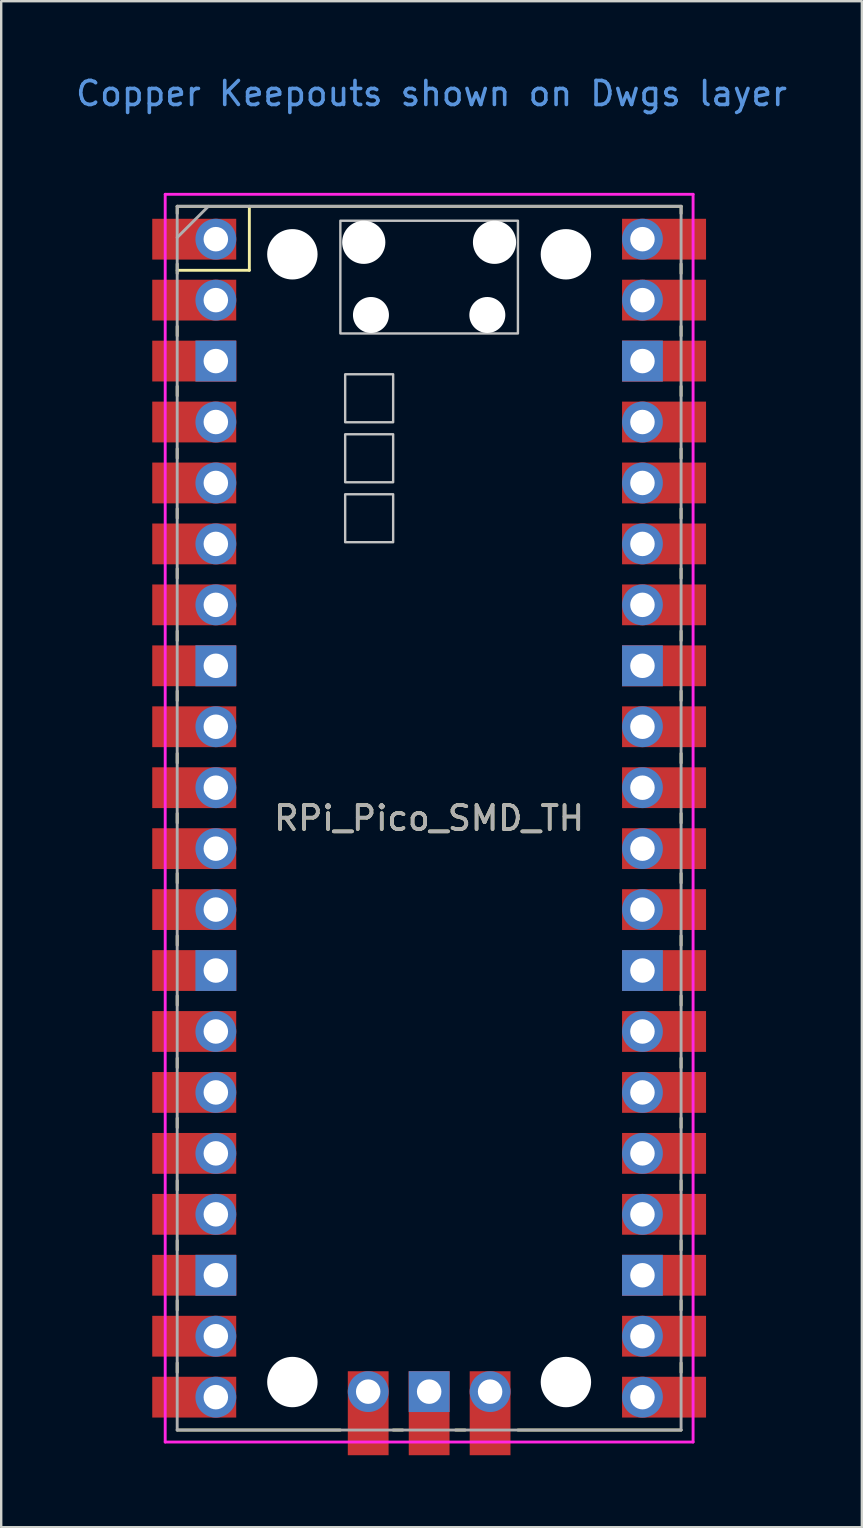
<source format=kicad_pcb>
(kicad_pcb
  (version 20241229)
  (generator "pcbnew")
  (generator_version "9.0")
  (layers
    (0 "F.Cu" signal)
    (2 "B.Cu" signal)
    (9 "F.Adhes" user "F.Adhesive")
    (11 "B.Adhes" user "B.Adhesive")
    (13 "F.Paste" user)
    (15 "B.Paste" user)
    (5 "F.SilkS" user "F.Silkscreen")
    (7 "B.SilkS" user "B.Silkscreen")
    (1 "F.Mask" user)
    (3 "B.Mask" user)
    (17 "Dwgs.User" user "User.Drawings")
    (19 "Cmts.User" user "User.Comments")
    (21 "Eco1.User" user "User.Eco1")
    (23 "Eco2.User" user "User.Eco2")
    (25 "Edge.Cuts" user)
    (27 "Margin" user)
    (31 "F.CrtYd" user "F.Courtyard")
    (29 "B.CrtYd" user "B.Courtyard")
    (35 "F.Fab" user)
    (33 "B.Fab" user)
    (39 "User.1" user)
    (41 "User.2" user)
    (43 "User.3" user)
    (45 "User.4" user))
  (footprint "RPi_Pico_SMD_TH"
    (layer "F.Cu")
    (at 14.835 31.048)
    (property "Reference" "RPi_Pico_SMD_TH" (at 0 0 0) (layer "F.SilkS") (effects (font (size 1 1) (thickness 0.15))))
    (attr through_hole)
    (fp_line (start -10.5 -25.5) (end -10.5 -25.2) (stroke (width 0.12) (type solid)) (layer "F.SilkS"))
    (fp_line (start -10.5 -25.5) (end 10.5 -25.5) (stroke (width 0.12) (type solid)) (layer "F.SilkS"))
    (fp_line (start -10.5 -23.1) (end -10.5 -22.7) (stroke (width 0.12) (type solid)) (layer "F.SilkS"))
    (fp_line (start -10.5 -22.833) (end -7.493 -22.833) (stroke (width 0.12) (type solid)) (layer "F.SilkS"))
    (fp_line (start -10.5 -20.5) (end -10.5 -20.1) (stroke (width 0.12) (type solid)) (layer "F.SilkS"))
    (fp_line (start -10.5 -18) (end -10.5 -17.6) (stroke (width 0.12) (type solid)) (layer "F.SilkS"))
    (fp_line (start -10.5 -15.4) (end -10.5 -15) (stroke (width 0.12) (type solid)) (layer "F.SilkS"))
    (fp_line (start -10.5 -12.9) (end -10.5 -12.5) (stroke (width 0.12) (type solid)) (layer "F.SilkS"))
    (fp_line (start -10.5 -10.4) (end -10.5 -10) (stroke (width 0.12) (type solid)) (layer "F.SilkS"))
    (fp_line (start -10.5 -7.8) (end -10.5 -7.4) (stroke (width 0.12) (type solid)) (layer "F.SilkS"))
    (fp_line (start -10.5 -5.3) (end -10.5 -4.9) (stroke (width 0.12) (type solid)) (layer "F.SilkS"))
    (fp_line (start -10.5 -2.7) (end -10.5 -2.3) (stroke (width 0.12) (type solid)) (layer "F.SilkS"))
    (fp_line (start -10.5 -0.2) (end -10.5 0.2) (stroke (width 0.12) (type solid)) (layer "F.SilkS"))
    (fp_line (start -10.5 2.3) (end -10.5 2.7) (stroke (width 0.12) (type solid)) (layer "F.SilkS"))
    (fp_line (start -10.5 4.9) (end -10.5 5.3) (stroke (width 0.12) (type solid)) (layer "F.SilkS"))
    (fp_line (start -10.5 7.4) (end -10.5 7.8) (stroke (width 0.12) (type solid)) (layer "F.SilkS"))
    (fp_line (start -10.5 10) (end -10.5 10.4) (stroke (width 0.12) (type solid)) (layer "F.SilkS"))
    (fp_line (start -10.5 12.5) (end -10.5 12.9) (stroke (width 0.12) (type solid)) (layer "F.SilkS"))
    (fp_line (start -10.5 15.1) (end -10.5 15.5) (stroke (width 0.12) (type solid)) (layer "F.SilkS"))
    (fp_line (start -10.5 17.6) (end -10.5 18) (stroke (width 0.12) (type solid)) (layer "F.SilkS"))
    (fp_line (start -10.5 20.1) (end -10.5 20.5) (stroke (width 0.12) (type solid)) (layer "F.SilkS"))
    (fp_line (start -10.5 22.7) (end -10.5 23.1) (stroke (width 0.12) (type solid)) (layer "F.SilkS"))
    (fp_line (start -7.493 -22.833) (end -7.493 -25.5) (stroke (width 0.12) (type solid)) (layer "F.SilkS"))
    (fp_line (start -3.7 25.5) (end -10.5 25.5) (stroke (width 0.12) (type solid)) (layer "F.SilkS"))
    (fp_line (start -1.5 25.5) (end -1.1 25.5) (stroke (width 0.12) (type solid)) (layer "F.SilkS"))
    (fp_line (start 1.1 25.5) (end 1.5 25.5) (stroke (width 0.12) (type solid)) (layer "F.SilkS"))
    (fp_line (start 10.5 -25.5) (end 10.5 -25.2) (stroke (width 0.12) (type solid)) (layer "F.SilkS"))
    (fp_line (start 10.5 -23.1) (end 10.5 -22.7) (stroke (width 0.12) (type solid)) (layer "F.SilkS"))
    (fp_line (start 10.5 -20.5) (end 10.5 -20.1) (stroke (width 0.12) (type solid)) (layer "F.SilkS"))
    (fp_line (start 10.5 -18) (end 10.5 -17.6) (stroke (width 0.12) (type solid)) (layer "F.SilkS"))
    (fp_line (start 10.5 -15.4) (end 10.5 -15) (stroke (width 0.12) (type solid)) (layer "F.SilkS"))
    (fp_line (start 10.5 -12.9) (end 10.5 -12.5) (stroke (width 0.12) (type solid)) (layer "F.SilkS"))
    (fp_line (start 10.5 -10.4) (end 10.5 -10) (stroke (width 0.12) (type solid)) (layer "F.SilkS"))
    (fp_line (start 10.5 -7.8) (end 10.5 -7.4) (stroke (width 0.12) (type solid)) (layer "F.SilkS"))
    (fp_line (start 10.5 -5.3) (end 10.5 -4.9) (stroke (width 0.12) (type solid)) (layer "F.SilkS"))
    (fp_line (start 10.5 -2.7) (end 10.5 -2.3) (stroke (width 0.12) (type solid)) (layer "F.SilkS"))
    (fp_line (start 10.5 -0.2) (end 10.5 0.2) (stroke (width 0.12) (type solid)) (layer "F.SilkS"))
    (fp_line (start 10.5 2.3) (end 10.5 2.7) (stroke (width 0.12) (type solid)) (layer "F.SilkS"))
    (fp_line (start 10.5 4.9) (end 10.5 5.3) (stroke (width 0.12) (type solid)) (layer "F.SilkS"))
    (fp_line (start 10.5 7.4) (end 10.5 7.8) (stroke (width 0.12) (type solid)) (layer "F.SilkS"))
    (fp_line (start 10.5 10) (end 10.5 10.4) (stroke (width 0.12) (type solid)) (layer "F.SilkS"))
    (fp_line (start 10.5 12.5) (end 10.5 12.9) (stroke (width 0.12) (type solid)) (layer "F.SilkS"))
    (fp_line (start 10.5 15.1) (end 10.5 15.5) (stroke (width 0.12) (type solid)) (layer "F.SilkS"))
    (fp_line (start 10.5 17.6) (end 10.5 18) (stroke (width 0.12) (type solid)) (layer "F.SilkS"))
    (fp_line (start 10.5 20.1) (end 10.5 20.5) (stroke (width 0.12) (type solid)) (layer "F.SilkS"))
    (fp_line (start 10.5 22.7) (end 10.5 23.1) (stroke (width 0.12) (type solid)) (layer "F.SilkS"))
    (fp_line (start 10.5 25.5) (end 3.7 25.5) (stroke (width 0.12) (type solid)) (layer "F.SilkS"))
    (fp_poly (pts (xy -1.5 -16.5) (xy -3.5 -16.5) (xy -3.5 -18.5) (xy -1.5 -18.5)) (stroke (width 0.1) (type solid)) (fill no) (layer "Dwgs.User"))
    (fp_poly (pts (xy -1.5 -14) (xy -3.5 -14) (xy -3.5 -16) (xy -1.5 -16)) (stroke (width 0.1) (type solid)) (fill no) (layer "Dwgs.User"))
    (fp_poly (pts (xy -1.5 -11.5) (xy -3.5 -11.5) (xy -3.5 -13.5) (xy -1.5 -13.5)) (stroke (width 0.1) (type solid)) (fill no) (layer "Dwgs.User"))
    (fp_poly (pts (xy 3.7 -20.2) (xy -3.7 -20.2) (xy -3.7 -24.9) (xy 3.7 -24.9)) (stroke (width 0.1) (type solid)) (fill no) (layer "Dwgs.User"))
    (fp_line (start -11 -26) (end 11 -26) (stroke (width 0.12) (type solid)) (layer "F.CrtYd"))
    (fp_line (start -11 26) (end -11 -26) (stroke (width 0.12) (type solid)) (layer "F.CrtYd"))
    (fp_line (start 11 -26) (end 11 26) (stroke (width 0.12) (type solid)) (layer "F.CrtYd"))
    (fp_line (start 11 26) (end -11 26) (stroke (width 0.12) (type solid)) (layer "F.CrtYd"))
    (fp_line (start -10.5 -25.5) (end 10.5 -25.5) (stroke (width 0.12) (type solid)) (layer "F.Fab"))
    (fp_line (start -10.5 -24.2) (end -9.2 -25.5) (stroke (width 0.12) (type solid)) (layer "F.Fab"))
    (fp_line (start -10.5 25.5) (end -10.5 -25.5) (stroke (width 0.12) (type solid)) (layer "F.Fab"))
    (fp_line (start 10.5 -25.5) (end 10.5 25.5) (stroke (width 0.12) (type solid)) (layer "F.Fab"))
    (fp_line (start 10.5 25.5) (end -10.5 25.5) (stroke (width 0.12) (type solid)) (layer "F.Fab"))
    (fp_text user "Copper Keepouts shown on Dwgs layer" (at 0.1 -30.2 0) (layer "Cmts.User") (effects (font (size 1 1) (thickness 0.15))))
    (fp_text user "${REFERENCE}" (at 0 0 180) (layer "F.Fab") (effects (font (size 1 1) (thickness 0.15))))
    (pad "" np_thru_hole circle (at -5.7 -23.5) (size 2.1 2.1) (drill 2.1) (layers "*.Cu" "*.Mask"))
    (pad "" np_thru_hole circle (at -5.7 23.5) (size 2.1 2.1) (drill 2.1) (layers "*.Cu" "*.Mask"))
    (pad "" np_thru_hole oval (at -2.725 -24) (size 1.8 1.8) (drill 1.8) (layers "*.Cu" "*.Mask"))
    (pad "" np_thru_hole oval (at -2.425 -20.97) (size 1.5 1.5) (drill 1.5) (layers "*.Cu" "*.Mask"))
    (pad "" np_thru_hole oval (at 2.425 -20.97) (size 1.5 1.5) (drill 1.5) (layers "*.Cu" "*.Mask"))
    (pad "" np_thru_hole oval (at 2.725 -24) (size 1.8 1.8) (drill 1.8) (layers "*.Cu" "*.Mask"))
    (pad "" np_thru_hole circle (at 5.7 -23.5) (size 2.1 2.1) (drill 2.1) (layers "*.Cu" "*.Mask"))
    (pad "" np_thru_hole circle (at 5.7 23.5) (size 2.1 2.1) (drill 2.1) (layers "*.Cu" "*.Mask"))
    (pad "1" thru_hole oval (at -8.89 -24.13) (size 1.7 1.7) (drill 1.02) (layers "*.Cu" "*.Mask"))
    (pad "1" smd rect (at -8.89 -24.13) (size 3.5 1.7) (drill (offset -0.9 0)) (layers "F.Cu" "F.Mask"))
    (pad "2" thru_hole oval (at -8.89 -21.59) (size 1.7 1.7) (drill 1.02) (layers "*.Cu" "*.Mask"))
    (pad "2" smd rect (at -8.89 -21.59) (size 3.5 1.7) (drill (offset -0.9 0)) (layers "F.Cu" "F.Mask"))
    (pad "3" thru_hole rect (at -8.89 -19.05) (size 1.7 1.7) (drill 1.02) (layers "*.Cu" "*.Mask"))
    (pad "3" smd rect (at -8.89 -19.05) (size 3.5 1.7) (drill (offset -0.9 0)) (layers "F.Cu" "F.Mask"))
    (pad "4" thru_hole oval (at -8.89 -16.51) (size 1.7 1.7) (drill 1.02) (layers "*.Cu" "*.Mask"))
    (pad "4" smd rect (at -8.89 -16.51) (size 3.5 1.7) (drill (offset -0.9 0)) (layers "F.Cu" "F.Mask"))
    (pad "5" thru_hole oval (at -8.89 -13.97) (size 1.7 1.7) (drill 1.02) (layers "*.Cu" "*.Mask"))
    (pad "5" smd rect (at -8.89 -13.97) (size 3.5 1.7) (drill (offset -0.9 0)) (layers "F.Cu" "F.Mask"))
    (pad "6" thru_hole oval (at -8.89 -11.43) (size 1.7 1.7) (drill 1.02) (layers "*.Cu" "*.Mask"))
    (pad "6" smd rect (at -8.89 -11.43) (size 3.5 1.7) (drill (offset -0.9 0)) (layers "F.Cu" "F.Mask"))
    (pad "7" thru_hole oval (at -8.89 -8.89) (size 1.7 1.7) (drill 1.02) (layers "*.Cu" "*.Mask"))
    (pad "7" smd rect (at -8.89 -8.89) (size 3.5 1.7) (drill (offset -0.9 0)) (layers "F.Cu" "F.Mask"))
    (pad "8" thru_hole rect (at -8.89 -6.35) (size 1.7 1.7) (drill 1.02) (layers "*.Cu" "*.Mask"))
    (pad "8" smd rect (at -8.89 -6.35) (size 3.5 1.7) (drill (offset -0.9 0)) (layers "F.Cu" "F.Mask"))
    (pad "9" thru_hole oval (at -8.89 -3.81) (size 1.7 1.7) (drill 1.02) (layers "*.Cu" "*.Mask"))
    (pad "9" smd rect (at -8.89 -3.81) (size 3.5 1.7) (drill (offset -0.9 0)) (layers "F.Cu" "F.Mask"))
    (pad "10" thru_hole oval (at -8.89 -1.27) (size 1.7 1.7) (drill 1.02) (layers "*.Cu" "*.Mask"))
    (pad "10" smd rect (at -8.89 -1.27) (size 3.5 1.7) (drill (offset -0.9 0)) (layers "F.Cu" "F.Mask"))
    (pad "11" thru_hole oval (at -8.89 1.27) (size 1.7 1.7) (drill 1.02) (layers "*.Cu" "*.Mask"))
    (pad "11" smd rect (at -8.89 1.27) (size 3.5 1.7) (drill (offset -0.9 0)) (layers "F.Cu" "F.Mask"))
    (pad "12" thru_hole oval (at -8.89 3.81) (size 1.7 1.7) (drill 1.02) (layers "*.Cu" "*.Mask"))
    (pad "12" smd rect (at -8.89 3.81) (size 3.5 1.7) (drill (offset -0.9 0)) (layers "F.Cu" "F.Mask"))
    (pad "13" thru_hole rect (at -8.89 6.35) (size 1.7 1.7) (drill 1.02) (layers "*.Cu" "*.Mask"))
    (pad "13" smd rect (at -8.89 6.35) (size 3.5 1.7) (drill (offset -0.9 0)) (layers "F.Cu" "F.Mask"))
    (pad "14" thru_hole oval (at -8.89 8.89) (size 1.7 1.7) (drill 1.02) (layers "*.Cu" "*.Mask"))
    (pad "14" smd rect (at -8.89 8.89) (size 3.5 1.7) (drill (offset -0.9 0)) (layers "F.Cu" "F.Mask"))
    (pad "15" thru_hole oval (at -8.89 11.43) (size 1.7 1.7) (drill 1.02) (layers "*.Cu" "*.Mask"))
    (pad "15" smd rect (at -8.89 11.43) (size 3.5 1.7) (drill (offset -0.9 0)) (layers "F.Cu" "F.Mask"))
    (pad "16" thru_hole oval (at -8.89 13.97) (size 1.7 1.7) (drill 1.02) (layers "*.Cu" "*.Mask"))
    (pad "16" smd rect (at -8.89 13.97) (size 3.5 1.7) (drill (offset -0.9 0)) (layers "F.Cu" "F.Mask"))
    (pad "17" thru_hole oval (at -8.89 16.51) (size 1.7 1.7) (drill 1.02) (layers "*.Cu" "*.Mask"))
    (pad "17" smd rect (at -8.89 16.51) (size 3.5 1.7) (drill (offset -0.9 0)) (layers "F.Cu" "F.Mask"))
    (pad "18" thru_hole rect (at -8.89 19.05) (size 1.7 1.7) (drill 1.02) (layers "*.Cu" "*.Mask"))
    (pad "18" smd rect (at -8.89 19.05) (size 3.5 1.7) (drill (offset -0.9 0)) (layers "F.Cu" "F.Mask"))
    (pad "19" thru_hole oval (at -8.89 21.59) (size 1.7 1.7) (drill 1.02) (layers "*.Cu" "*.Mask"))
    (pad "19" smd rect (at -8.89 21.59) (size 3.5 1.7) (drill (offset -0.9 0)) (layers "F.Cu" "F.Mask"))
    (pad "20" thru_hole oval (at -8.89 24.13) (size 1.7 1.7) (drill 1.02) (layers "*.Cu" "*.Mask"))
    (pad "20" smd rect (at -8.89 24.13) (size 3.5 1.7) (drill (offset -0.9 0)) (layers "F.Cu" "F.Mask"))
    (pad "21" thru_hole oval (at 8.89 24.13) (size 1.7 1.7) (drill 1.02) (layers "*.Cu" "*.Mask"))
    (pad "21" smd rect (at 8.89 24.13) (size 3.5 1.7) (drill (offset 0.9 0)) (layers "F.Cu" "F.Mask"))
    (pad "22" thru_hole oval (at 8.89 21.59) (size 1.7 1.7) (drill 1.02) (layers "*.Cu" "*.Mask"))
    (pad "22" smd rect (at 8.89 21.59) (size 3.5 1.7) (drill (offset 0.9 0)) (layers "F.Cu" "F.Mask"))
    (pad "23" thru_hole rect (at 8.89 19.05) (size 1.7 1.7) (drill 1.02) (layers "*.Cu" "*.Mask"))
    (pad "23" smd rect (at 8.89 19.05) (size 3.5 1.7) (drill (offset 0.9 0)) (layers "F.Cu" "F.Mask"))
    (pad "24" thru_hole oval (at 8.89 16.51) (size 1.7 1.7) (drill 1.02) (layers "*.Cu" "*.Mask"))
    (pad "24" smd rect (at 8.89 16.51) (size 3.5 1.7) (drill (offset 0.9 0)) (layers "F.Cu" "F.Mask"))
    (pad "25" thru_hole oval (at 8.89 13.97) (size 1.7 1.7) (drill 1.02) (layers "*.Cu" "*.Mask"))
    (pad "25" smd rect (at 8.89 13.97) (size 3.5 1.7) (drill (offset 0.9 0)) (layers "F.Cu" "F.Mask"))
    (pad "26" thru_hole oval (at 8.89 11.43) (size 1.7 1.7) (drill 1.02) (layers "*.Cu" "*.Mask"))
    (pad "26" smd rect (at 8.89 11.43) (size 3.5 1.7) (drill (offset 0.9 0)) (layers "F.Cu" "F.Mask"))
    (pad "27" thru_hole oval (at 8.89 8.89) (size 1.7 1.7) (drill 1.02) (layers "*.Cu" "*.Mask"))
    (pad "27" smd rect (at 8.89 8.89) (size 3.5 1.7) (drill (offset 0.9 0)) (layers "F.Cu" "F.Mask"))
    (pad "28" thru_hole rect (at 8.89 6.35) (size 1.7 1.7) (drill 1.02) (layers "*.Cu" "*.Mask"))
    (pad "28" smd rect (at 8.89 6.35) (size 3.5 1.7) (drill (offset 0.9 0)) (layers "F.Cu" "F.Mask"))
    (pad "29" thru_hole oval (at 8.89 3.81) (size 1.7 1.7) (drill 1.02) (layers "*.Cu" "*.Mask"))
    (pad "29" smd rect (at 8.89 3.81) (size 3.5 1.7) (drill (offset 0.9 0)) (layers "F.Cu" "F.Mask"))
    (pad "30" thru_hole oval (at 8.89 1.27) (size 1.7 1.7) (drill 1.02) (layers "*.Cu" "*.Mask"))
    (pad "30" smd rect (at 8.89 1.27) (size 3.5 1.7) (drill (offset 0.9 0)) (layers "F.Cu" "F.Mask"))
    (pad "31" thru_hole oval (at 8.89 -1.27) (size 1.7 1.7) (drill 1.02) (layers "*.Cu" "*.Mask"))
    (pad "31" smd rect (at 8.89 -1.27) (size 3.5 1.7) (drill (offset 0.9 0)) (layers "F.Cu" "F.Mask"))
    (pad "32" thru_hole oval (at 8.89 -3.81) (size 1.7 1.7) (drill 1.02) (layers "*.Cu" "*.Mask"))
    (pad "32" smd rect (at 8.89 -3.81) (size 3.5 1.7) (drill (offset 0.9 0)) (layers "F.Cu" "F.Mask"))
    (pad "33" thru_hole rect (at 8.89 -6.35) (size 1.7 1.7) (drill 1.02) (layers "*.Cu" "*.Mask"))
    (pad "33" smd rect (at 8.89 -6.35) (size 3.5 1.7) (drill (offset 0.9 0)) (layers "F.Cu" "F.Mask"))
    (pad "34" thru_hole oval (at 8.89 -8.89) (size 1.7 1.7) (drill 1.02) (layers "*.Cu" "*.Mask"))
    (pad "34" smd rect (at 8.89 -8.89) (size 3.5 1.7) (drill (offset 0.9 0)) (layers "F.Cu" "F.Mask"))
    (pad "35" thru_hole oval (at 8.89 -11.43) (size 1.7 1.7) (drill 1.02) (layers "*.Cu" "*.Mask"))
    (pad "35" smd rect (at 8.89 -11.43) (size 3.5 1.7) (drill (offset 0.9 0)) (layers "F.Cu" "F.Mask"))
    (pad "36" thru_hole oval (at 8.89 -13.97) (size 1.7 1.7) (drill 1.02) (layers "*.Cu" "*.Mask"))
    (pad "36" smd rect (at 8.89 -13.97) (size 3.5 1.7) (drill (offset 0.9 0)) (layers "F.Cu" "F.Mask"))
    (pad "37" thru_hole oval (at 8.89 -16.51) (size 1.7 1.7) (drill 1.02) (layers "*.Cu" "*.Mask"))
    (pad "37" smd rect (at 8.89 -16.51) (size 3.5 1.7) (drill (offset 0.9 0)) (layers "F.Cu" "F.Mask"))
    (pad "38" thru_hole rect (at 8.89 -19.05) (size 1.7 1.7) (drill 1.02) (layers "*.Cu" "*.Mask"))
    (pad "38" smd rect (at 8.89 -19.05) (size 3.5 1.7) (drill (offset 0.9 0)) (layers "F.Cu" "F.Mask"))
    (pad "39" thru_hole oval (at 8.89 -21.59) (size 1.7 1.7) (drill 1.02) (layers "*.Cu" "*.Mask"))
    (pad "39" smd rect (at 8.89 -21.59) (size 3.5 1.7) (drill (offset 0.9 0)) (layers "F.Cu" "F.Mask"))
    (pad "40" thru_hole oval (at 8.89 -24.13) (size 1.7 1.7) (drill 1.02) (layers "*.Cu" "*.Mask"))
    (pad "40" smd rect (at 8.89 -24.13) (size 3.5 1.7) (drill (offset 0.9 0)) (layers "F.Cu" "F.Mask"))
    (pad "41" thru_hole oval (at -2.54 23.9) (size 1.7 1.7) (drill 1.02) (layers "*.Cu" "*.Mask"))
    (pad "41" smd rect (at -2.54 23.9 90) (size 3.5 1.7) (drill (offset -0.9 0)) (layers "F.Cu" "F.Mask"))
    (pad "42" thru_hole rect (at 0 23.9) (size 1.7 1.7) (drill 1.02) (layers "*.Cu" "*.Mask"))
    (pad "42" smd rect (at 0 23.9 90) (size 3.5 1.7) (drill (offset -0.9 0)) (layers "F.Cu" "F.Mask"))
    (pad "43" thru_hole oval (at 2.54 23.9) (size 1.7 1.7) (drill 1.02) (layers "*.Cu" "*.Mask"))
    (pad "43" smd rect (at 2.54 23.9 90) (size 3.5 1.7) (drill (offset -0.9 0)) (layers "F.Cu" "F.Mask")))
  (gr_rect
    (start -3 -3)
    (end 32.869 60.598)
    (stroke (width 0.1) (type default))
    (fill no)
    (layer "Edge.Cuts")))
</source>
